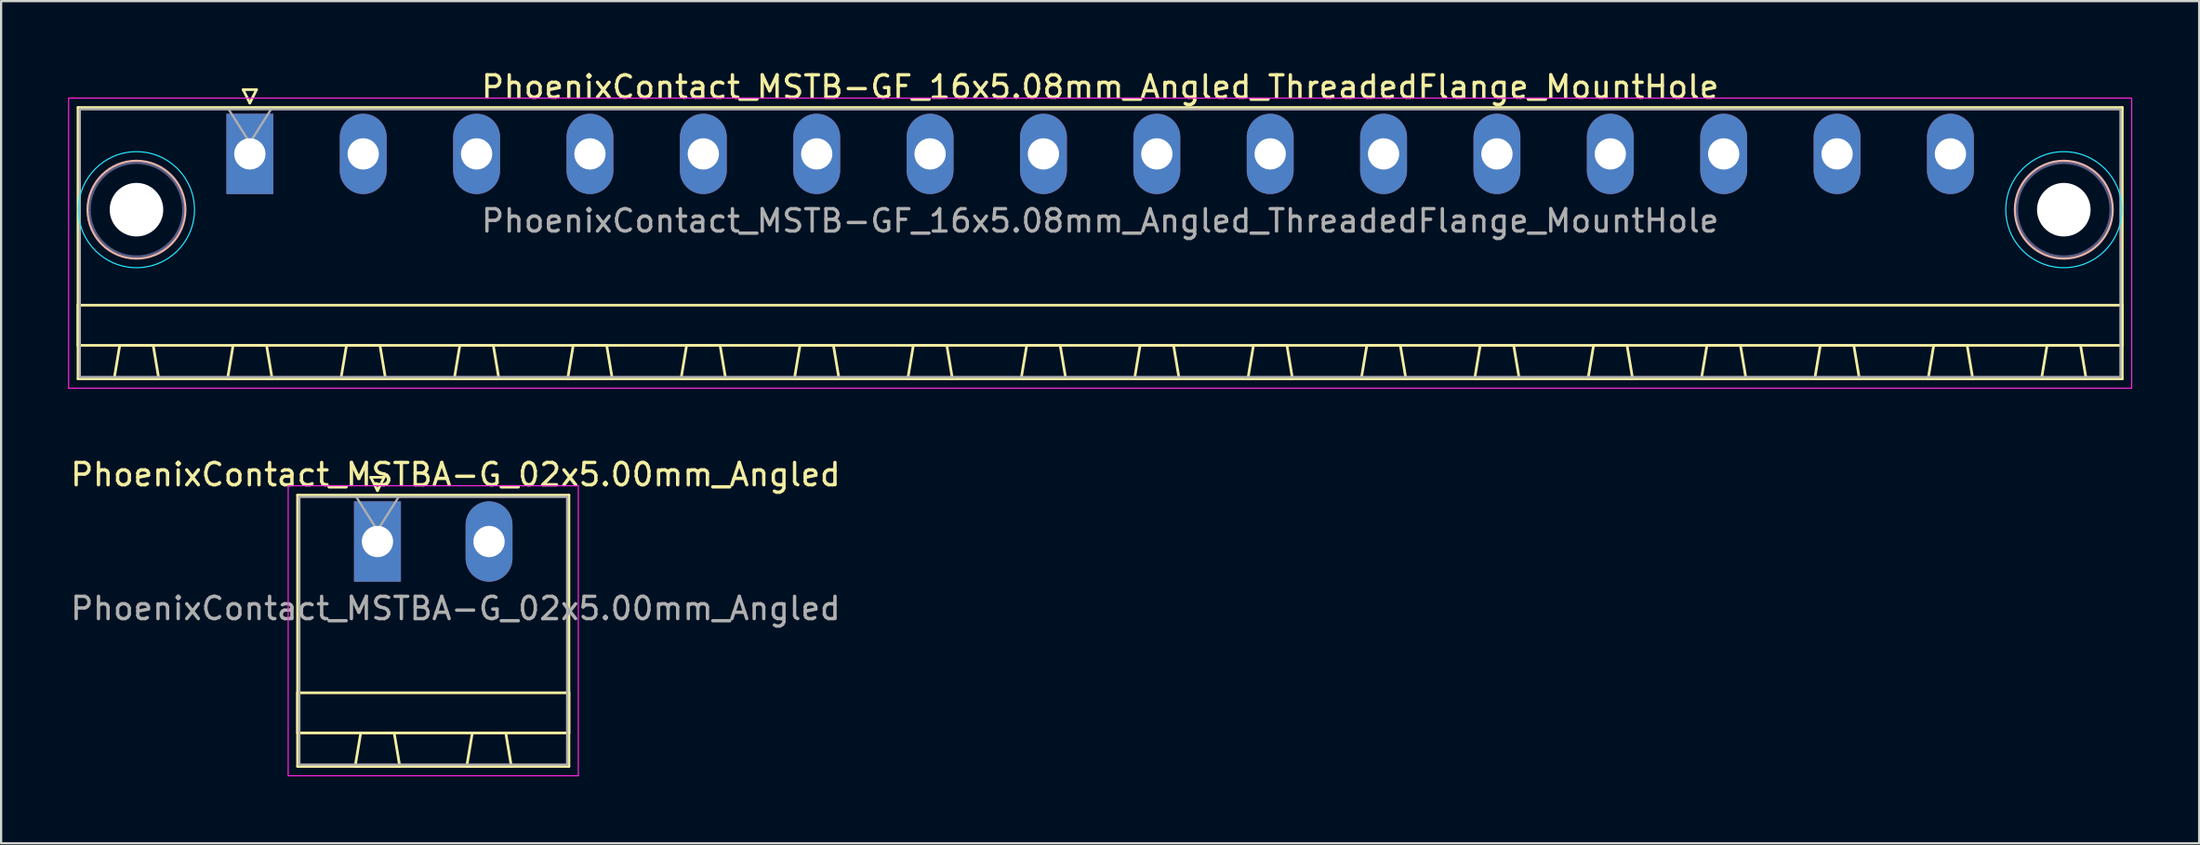
<source format=kicad_pcb>
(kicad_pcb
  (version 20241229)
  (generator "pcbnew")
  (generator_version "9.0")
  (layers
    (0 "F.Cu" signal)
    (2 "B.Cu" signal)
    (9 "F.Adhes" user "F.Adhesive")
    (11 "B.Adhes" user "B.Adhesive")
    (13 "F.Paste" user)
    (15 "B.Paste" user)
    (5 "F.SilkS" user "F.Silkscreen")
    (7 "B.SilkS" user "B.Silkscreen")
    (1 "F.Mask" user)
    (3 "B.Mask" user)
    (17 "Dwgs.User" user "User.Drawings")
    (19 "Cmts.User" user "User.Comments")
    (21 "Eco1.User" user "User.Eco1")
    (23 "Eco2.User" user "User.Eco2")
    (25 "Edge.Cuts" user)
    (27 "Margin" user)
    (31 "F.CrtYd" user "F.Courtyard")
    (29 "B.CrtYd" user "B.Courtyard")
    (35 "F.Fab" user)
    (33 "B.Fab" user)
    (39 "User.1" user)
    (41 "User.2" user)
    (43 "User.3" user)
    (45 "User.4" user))
  (footprint "PhoenixContact_MSTBA-G_02x5.00mm_Angled"
    (layer "F.Cu")
    (at 13.863 21.221)
    (property "Reference" "PhoenixContact_MSTBA-G_02x5.00mm_Angled" (at 3.5 -3 0) (layer "F.SilkS") (effects (font (size 1 1) (thickness 0.15))))
    (attr through_hole)
    (fp_line (start -3.58 -2.08) (end -3.58 10.08) (stroke (width 0.12) (type solid)) (layer "F.SilkS"))
    (fp_line (start -3.58 6.78) (end 8.58 6.78) (stroke (width 0.12) (type solid)) (layer "F.SilkS"))
    (fp_line (start -3.58 8.58) (end -3.58 6.78) (stroke (width 0.12) (type solid)) (layer "F.SilkS"))
    (fp_line (start -3.58 10.08) (end 8.58 10.08) (stroke (width 0.12) (type solid)) (layer "F.SilkS"))
    (fp_line (start -1 10.08) (end 1 10.08) (stroke (width 0.12) (type solid)) (layer "F.SilkS"))
    (fp_line (start -0.75 8.58) (end -1 10.08) (stroke (width 0.12) (type solid)) (layer "F.SilkS"))
    (fp_line (start -0.3 -2.88) (end 0.3 -2.88) (stroke (width 0.12) (type solid)) (layer "F.SilkS"))
    (fp_line (start 0 -2.28) (end -0.3 -2.88) (stroke (width 0.12) (type solid)) (layer "F.SilkS"))
    (fp_line (start 0.3 -2.88) (end 0 -2.28) (stroke (width 0.12) (type solid)) (layer "F.SilkS"))
    (fp_line (start 0.75 8.58) (end -0.75 8.58) (stroke (width 0.12) (type solid)) (layer "F.SilkS"))
    (fp_line (start 1 10.08) (end 0.75 8.58) (stroke (width 0.12) (type solid)) (layer "F.SilkS"))
    (fp_line (start 4 10.08) (end 6 10.08) (stroke (width 0.12) (type solid)) (layer "F.SilkS"))
    (fp_line (start 4.25 8.58) (end 4 10.08) (stroke (width 0.12) (type solid)) (layer "F.SilkS"))
    (fp_line (start 5.75 8.58) (end 4.25 8.58) (stroke (width 0.12) (type solid)) (layer "F.SilkS"))
    (fp_line (start 6 10.08) (end 5.75 8.58) (stroke (width 0.12) (type solid)) (layer "F.SilkS"))
    (fp_line (start 8.58 -2.08) (end -3.58 -2.08) (stroke (width 0.12) (type solid)) (layer "F.SilkS"))
    (fp_line (start 8.58 6.78) (end 8.58 8.58) (stroke (width 0.12) (type solid)) (layer "F.SilkS"))
    (fp_line (start 8.58 8.58) (end -3.58 8.58) (stroke (width 0.12) (type solid)) (layer "F.SilkS"))
    (fp_line (start 8.58 10.08) (end 8.58 -2.08) (stroke (width 0.12) (type solid)) (layer "F.SilkS"))
    (fp_line (start -4 -2.5) (end -4 10.5) (stroke (width 0.05) (type solid)) (layer "F.CrtYd"))
    (fp_line (start -4 10.5) (end 9 10.5) (stroke (width 0.05) (type solid)) (layer "F.CrtYd"))
    (fp_line (start 9 -2.5) (end -4 -2.5) (stroke (width 0.05) (type solid)) (layer "F.CrtYd"))
    (fp_line (start 9 10.5) (end 9 -2.5) (stroke (width 0.05) (type solid)) (layer "F.CrtYd"))
    (fp_line (start -3.5 -2) (end -3.5 10) (stroke (width 0.1) (type solid)) (layer "F.Fab"))
    (fp_line (start -3.5 10) (end 8.5 10) (stroke (width 0.1) (type solid)) (layer "F.Fab"))
    (fp_line (start 0 -0.5) (end -0.95 -2) (stroke (width 0.1) (type solid)) (layer "F.Fab"))
    (fp_line (start 0.95 -2) (end 0 -0.5) (stroke (width 0.1) (type solid)) (layer "F.Fab"))
    (fp_line (start 8.5 -2) (end -3.5 -2) (stroke (width 0.1) (type solid)) (layer "F.Fab"))
    (fp_line (start 8.5 10) (end 8.5 -2) (stroke (width 0.1) (type solid)) (layer "F.Fab"))
    (fp_text user "${REFERENCE}" (at 3.5 3 0) (layer "F.Fab") (effects (font (size 1 1) (thickness 0.15))))
    (pad "1" thru_hole rect (at 0 0) (size 2.1 3.6) (drill 1.4) (layers "*.Cu" "*.Mask"))
    (pad "2" thru_hole oval (at 5 0) (size 2.1 3.6) (drill 1.4) (layers "*.Cu" "*.Mask")))
  (footprint "PhoenixContact_MSTB-GF_16x5.08mm_Angled_ThreadedFlange_MountHole"
    (layer "F.Cu")
    (at 8.145 3.848)
    (property "Reference" "PhoenixContact_MSTB-GF_16x5.08mm_Angled_ThreadedFlange_MountHole" (at 38.1 -3 0) (layer "F.SilkS") (effects (font (size 1 1) (thickness 0.15))))
    (attr through_hole)
    (fp_line (start -7.7 -2.08) (end -7.7 10.08) (stroke (width 0.12) (type solid)) (layer "F.SilkS"))
    (fp_line (start -7.7 6.78) (end 83.9 6.78) (stroke (width 0.12) (type solid)) (layer "F.SilkS"))
    (fp_line (start -7.7 8.58) (end -7.7 6.78) (stroke (width 0.12) (type solid)) (layer "F.SilkS"))
    (fp_line (start -7.7 10.08) (end 83.9 10.08) (stroke (width 0.12) (type solid)) (layer "F.SilkS"))
    (fp_line (start -6.08 10.08) (end -4.08 10.08) (stroke (width 0.12) (type solid)) (layer "F.SilkS"))
    (fp_line (start -5.83 8.58) (end -6.08 10.08) (stroke (width 0.12) (type solid)) (layer "F.SilkS"))
    (fp_line (start -4.33 8.58) (end -5.83 8.58) (stroke (width 0.12) (type solid)) (layer "F.SilkS"))
    (fp_line (start -4.08 10.08) (end -4.33 8.58) (stroke (width 0.12) (type solid)) (layer "F.SilkS"))
    (fp_line (start -1 10.08) (end 1 10.08) (stroke (width 0.12) (type solid)) (layer "F.SilkS"))
    (fp_line (start -0.75 8.58) (end -1 10.08) (stroke (width 0.12) (type solid)) (layer "F.SilkS"))
    (fp_line (start -0.3 -2.88) (end 0.3 -2.88) (stroke (width 0.12) (type solid)) (layer "F.SilkS"))
    (fp_line (start 0 -2.28) (end -0.3 -2.88) (stroke (width 0.12) (type solid)) (layer "F.SilkS"))
    (fp_line (start 0.3 -2.88) (end 0 -2.28) (stroke (width 0.12) (type solid)) (layer "F.SilkS"))
    (fp_line (start 0.75 8.58) (end -0.75 8.58) (stroke (width 0.12) (type solid)) (layer "F.SilkS"))
    (fp_line (start 1 10.08) (end 0.75 8.58) (stroke (width 0.12) (type solid)) (layer "F.SilkS"))
    (fp_line (start 4.08 10.08) (end 6.08 10.08) (stroke (width 0.12) (type solid)) (layer "F.SilkS"))
    (fp_line (start 4.33 8.58) (end 4.08 10.08) (stroke (width 0.12) (type solid)) (layer "F.SilkS"))
    (fp_line (start 5.83 8.58) (end 4.33 8.58) (stroke (width 0.12) (type solid)) (layer "F.SilkS"))
    (fp_line (start 6.08 10.08) (end 5.83 8.58) (stroke (width 0.12) (type solid)) (layer "F.SilkS"))
    (fp_line (start 9.16 10.08) (end 11.16 10.08) (stroke (width 0.12) (type solid)) (layer "F.SilkS"))
    (fp_line (start 9.41 8.58) (end 9.16 10.08) (stroke (width 0.12) (type solid)) (layer "F.SilkS"))
    (fp_line (start 10.91 8.58) (end 9.41 8.58) (stroke (width 0.12) (type solid)) (layer "F.SilkS"))
    (fp_line (start 11.16 10.08) (end 10.91 8.58) (stroke (width 0.12) (type solid)) (layer "F.SilkS"))
    (fp_line (start 14.24 10.08) (end 16.24 10.08) (stroke (width 0.12) (type solid)) (layer "F.SilkS"))
    (fp_line (start 14.49 8.58) (end 14.24 10.08) (stroke (width 0.12) (type solid)) (layer "F.SilkS"))
    (fp_line (start 15.99 8.58) (end 14.49 8.58) (stroke (width 0.12) (type solid)) (layer "F.SilkS"))
    (fp_line (start 16.24 10.08) (end 15.99 8.58) (stroke (width 0.12) (type solid)) (layer "F.SilkS"))
    (fp_line (start 19.32 10.08) (end 21.32 10.08) (stroke (width 0.12) (type solid)) (layer "F.SilkS"))
    (fp_line (start 19.57 8.58) (end 19.32 10.08) (stroke (width 0.12) (type solid)) (layer "F.SilkS"))
    (fp_line (start 21.07 8.58) (end 19.57 8.58) (stroke (width 0.12) (type solid)) (layer "F.SilkS"))
    (fp_line (start 21.32 10.08) (end 21.07 8.58) (stroke (width 0.12) (type solid)) (layer "F.SilkS"))
    (fp_line (start 24.4 10.08) (end 26.4 10.08) (stroke (width 0.12) (type solid)) (layer "F.SilkS"))
    (fp_line (start 24.65 8.58) (end 24.4 10.08) (stroke (width 0.12) (type solid)) (layer "F.SilkS"))
    (fp_line (start 26.15 8.58) (end 24.65 8.58) (stroke (width 0.12) (type solid)) (layer "F.SilkS"))
    (fp_line (start 26.4 10.08) (end 26.15 8.58) (stroke (width 0.12) (type solid)) (layer "F.SilkS"))
    (fp_line (start 29.48 10.08) (end 31.48 10.08) (stroke (width 0.12) (type solid)) (layer "F.SilkS"))
    (fp_line (start 29.73 8.58) (end 29.48 10.08) (stroke (width 0.12) (type solid)) (layer "F.SilkS"))
    (fp_line (start 31.23 8.58) (end 29.73 8.58) (stroke (width 0.12) (type solid)) (layer "F.SilkS"))
    (fp_line (start 31.48 10.08) (end 31.23 8.58) (stroke (width 0.12) (type solid)) (layer "F.SilkS"))
    (fp_line (start 34.56 10.08) (end 36.56 10.08) (stroke (width 0.12) (type solid)) (layer "F.SilkS"))
    (fp_line (start 34.81 8.58) (end 34.56 10.08) (stroke (width 0.12) (type solid)) (layer "F.SilkS"))
    (fp_line (start 36.31 8.58) (end 34.81 8.58) (stroke (width 0.12) (type solid)) (layer "F.SilkS"))
    (fp_line (start 36.56 10.08) (end 36.31 8.58) (stroke (width 0.12) (type solid)) (layer "F.SilkS"))
    (fp_line (start 39.64 10.08) (end 41.64 10.08) (stroke (width 0.12) (type solid)) (layer "F.SilkS"))
    (fp_line (start 39.89 8.58) (end 39.64 10.08) (stroke (width 0.12) (type solid)) (layer "F.SilkS"))
    (fp_line (start 41.39 8.58) (end 39.89 8.58) (stroke (width 0.12) (type solid)) (layer "F.SilkS"))
    (fp_line (start 41.64 10.08) (end 41.39 8.58) (stroke (width 0.12) (type solid)) (layer "F.SilkS"))
    (fp_line (start 44.72 10.08) (end 46.72 10.08) (stroke (width 0.12) (type solid)) (layer "F.SilkS"))
    (fp_line (start 44.97 8.58) (end 44.72 10.08) (stroke (width 0.12) (type solid)) (layer "F.SilkS"))
    (fp_line (start 46.47 8.58) (end 44.97 8.58) (stroke (width 0.12) (type solid)) (layer "F.SilkS"))
    (fp_line (start 46.72 10.08) (end 46.47 8.58) (stroke (width 0.12) (type solid)) (layer "F.SilkS"))
    (fp_line (start 49.8 10.08) (end 51.8 10.08) (stroke (width 0.12) (type solid)) (layer "F.SilkS"))
    (fp_line (start 50.05 8.58) (end 49.8 10.08) (stroke (width 0.12) (type solid)) (layer "F.SilkS"))
    (fp_line (start 51.55 8.58) (end 50.05 8.58) (stroke (width 0.12) (type solid)) (layer "F.SilkS"))
    (fp_line (start 51.8 10.08) (end 51.55 8.58) (stroke (width 0.12) (type solid)) (layer "F.SilkS"))
    (fp_line (start 54.88 10.08) (end 56.88 10.08) (stroke (width 0.12) (type solid)) (layer "F.SilkS"))
    (fp_line (start 55.13 8.58) (end 54.88 10.08) (stroke (width 0.12) (type solid)) (layer "F.SilkS"))
    (fp_line (start 56.63 8.58) (end 55.13 8.58) (stroke (width 0.12) (type solid)) (layer "F.SilkS"))
    (fp_line (start 56.88 10.08) (end 56.63 8.58) (stroke (width 0.12) (type solid)) (layer "F.SilkS"))
    (fp_line (start 59.96 10.08) (end 61.96 10.08) (stroke (width 0.12) (type solid)) (layer "F.SilkS"))
    (fp_line (start 60.21 8.58) (end 59.96 10.08) (stroke (width 0.12) (type solid)) (layer "F.SilkS"))
    (fp_line (start 61.71 8.58) (end 60.21 8.58) (stroke (width 0.12) (type solid)) (layer "F.SilkS"))
    (fp_line (start 61.96 10.08) (end 61.71 8.58) (stroke (width 0.12) (type solid)) (layer "F.SilkS"))
    (fp_line (start 65.04 10.08) (end 67.04 10.08) (stroke (width 0.12) (type solid)) (layer "F.SilkS"))
    (fp_line (start 65.29 8.58) (end 65.04 10.08) (stroke (width 0.12) (type solid)) (layer "F.SilkS"))
    (fp_line (start 66.79 8.58) (end 65.29 8.58) (stroke (width 0.12) (type solid)) (layer "F.SilkS"))
    (fp_line (start 67.04 10.08) (end 66.79 8.58) (stroke (width 0.12) (type solid)) (layer "F.SilkS"))
    (fp_line (start 70.12 10.08) (end 72.12 10.08) (stroke (width 0.12) (type solid)) (layer "F.SilkS"))
    (fp_line (start 70.37 8.58) (end 70.12 10.08) (stroke (width 0.12) (type solid)) (layer "F.SilkS"))
    (fp_line (start 71.87 8.58) (end 70.37 8.58) (stroke (width 0.12) (type solid)) (layer "F.SilkS"))
    (fp_line (start 72.12 10.08) (end 71.87 8.58) (stroke (width 0.12) (type solid)) (layer "F.SilkS"))
    (fp_line (start 75.2 10.08) (end 77.2 10.08) (stroke (width 0.12) (type solid)) (layer "F.SilkS"))
    (fp_line (start 75.45 8.58) (end 75.2 10.08) (stroke (width 0.12) (type solid)) (layer "F.SilkS"))
    (fp_line (start 76.95 8.58) (end 75.45 8.58) (stroke (width 0.12) (type solid)) (layer "F.SilkS"))
    (fp_line (start 77.2 10.08) (end 76.95 8.58) (stroke (width 0.12) (type solid)) (layer "F.SilkS"))
    (fp_line (start 80.28 10.08) (end 82.28 10.08) (stroke (width 0.12) (type solid)) (layer "F.SilkS"))
    (fp_line (start 80.53 8.58) (end 80.28 10.08) (stroke (width 0.12) (type solid)) (layer "F.SilkS"))
    (fp_line (start 82.03 8.58) (end 80.53 8.58) (stroke (width 0.12) (type solid)) (layer "F.SilkS"))
    (fp_line (start 82.28 10.08) (end 82.03 8.58) (stroke (width 0.12) (type solid)) (layer "F.SilkS"))
    (fp_line (start 83.9 -2.08) (end -7.7 -2.08) (stroke (width 0.12) (type solid)) (layer "F.SilkS"))
    (fp_line (start 83.9 6.78) (end 83.9 8.58) (stroke (width 0.12) (type solid)) (layer "F.SilkS"))
    (fp_line (start 83.9 8.58) (end -7.7 8.58) (stroke (width 0.12) (type solid)) (layer "F.SilkS"))
    (fp_line (start 83.9 10.08) (end 83.9 -2.08) (stroke (width 0.12) (type solid)) (layer "F.SilkS"))
    (fp_circle (center -5.08 2.5) (end -2.9 2.5) (stroke (width 0.12) (type solid)) (fill no) (layer "B.SilkS"))
    (fp_circle (center 81.28 2.5) (end 83.46 2.5) (stroke (width 0.12) (type solid)) (fill no) (layer "B.SilkS"))
    (fp_circle (center -5.08 2.5) (end -2.48 2.5) (stroke (width 0.05) (type solid)) (fill no) (layer "B.CrtYd"))
    (fp_circle (center 81.28 2.5) (end 83.88 2.5) (stroke (width 0.05) (type solid)) (fill no) (layer "B.CrtYd"))
    (fp_line (start -8.12 -2.5) (end -8.12 10.5) (stroke (width 0.05) (type solid)) (layer "F.CrtYd"))
    (fp_line (start -8.12 10.5) (end 84.32 10.5) (stroke (width 0.05) (type solid)) (layer "F.CrtYd"))
    (fp_line (start 84.32 -2.5) (end -8.12 -2.5) (stroke (width 0.05) (type solid)) (layer "F.CrtYd"))
    (fp_line (start 84.32 10.5) (end 84.32 -2.5) (stroke (width 0.05) (type solid)) (layer "F.CrtYd"))
    (fp_circle (center -5.08 2.5) (end -2.98 2.5) (stroke (width 0.1) (type solid)) (fill no) (layer "B.Fab"))
    (fp_circle (center 81.28 2.5) (end 83.38 2.5) (stroke (width 0.1) (type solid)) (fill no) (layer "B.Fab"))
    (fp_line (start -7.62 -2) (end -7.62 10) (stroke (width 0.1) (type solid)) (layer "F.Fab"))
    (fp_line (start -7.62 10) (end 83.82 10) (stroke (width 0.1) (type solid)) (layer "F.Fab"))
    (fp_line (start 0 -0.5) (end -0.95 -2) (stroke (width 0.1) (type solid)) (layer "F.Fab"))
    (fp_line (start 0.95 -2) (end 0 -0.5) (stroke (width 0.1) (type solid)) (layer "F.Fab"))
    (fp_line (start 83.82 -2) (end -7.62 -2) (stroke (width 0.1) (type solid)) (layer "F.Fab"))
    (fp_line (start 83.82 10) (end 83.82 -2) (stroke (width 0.1) (type solid)) (layer "F.Fab"))
    (fp_text user "${REFERENCE}" (at 38.1 3 0) (layer "F.Fab") (effects (font (size 1 1) (thickness 0.15))))
    (pad "" np_thru_hole circle (at -5.08 2.5) (size 2.4 2.4) (drill 2.4) (layers "*.Cu" "*.Mask"))
    (pad "" np_thru_hole circle (at 81.28 2.5) (size 2.4 2.4) (drill 2.4) (layers "*.Cu" "*.Mask"))
    (pad "1" thru_hole rect (at 0 0) (size 2.1 3.6) (drill 1.4) (layers "*.Cu" "*.Mask"))
    (pad "2" thru_hole oval (at 5.08 0) (size 2.1 3.6) (drill 1.4) (layers "*.Cu" "*.Mask"))
    (pad "3" thru_hole oval (at 10.16 0) (size 2.1 3.6) (drill 1.4) (layers "*.Cu" "*.Mask"))
    (pad "4" thru_hole oval (at 15.24 0) (size 2.1 3.6) (drill 1.4) (layers "*.Cu" "*.Mask"))
    (pad "5" thru_hole oval (at 20.32 0) (size 2.1 3.6) (drill 1.4) (layers "*.Cu" "*.Mask"))
    (pad "6" thru_hole oval (at 25.4 0) (size 2.1 3.6) (drill 1.4) (layers "*.Cu" "*.Mask"))
    (pad "7" thru_hole oval (at 30.48 0) (size 2.1 3.6) (drill 1.4) (layers "*.Cu" "*.Mask"))
    (pad "8" thru_hole oval (at 35.56 0) (size 2.1 3.6) (drill 1.4) (layers "*.Cu" "*.Mask"))
    (pad "9" thru_hole oval (at 40.64 0) (size 2.1 3.6) (drill 1.4) (layers "*.Cu" "*.Mask"))
    (pad "10" thru_hole oval (at 45.72 0) (size 2.1 3.6) (drill 1.4) (layers "*.Cu" "*.Mask"))
    (pad "11" thru_hole oval (at 50.8 0) (size 2.1 3.6) (drill 1.4) (layers "*.Cu" "*.Mask"))
    (pad "12" thru_hole oval (at 55.88 0) (size 2.1 3.6) (drill 1.4) (layers "*.Cu" "*.Mask"))
    (pad "13" thru_hole oval (at 60.96 0) (size 2.1 3.6) (drill 1.4) (layers "*.Cu" "*.Mask"))
    (pad "14" thru_hole oval (at 66.04 0) (size 2.1 3.6) (drill 1.4) (layers "*.Cu" "*.Mask"))
    (pad "15" thru_hole oval (at 71.12 0) (size 2.1 3.6) (drill 1.4) (layers "*.Cu" "*.Mask"))
    (pad "16" thru_hole oval (at 76.2 0) (size 2.1 3.6) (drill 1.4) (layers "*.Cu" "*.Mask")))
  (gr_rect
    (start -3 -3)
    (end 95.49 34.746)
    (stroke (width 0.1) (type default))
    (fill no)
    (layer "Edge.Cuts")))
</source>
